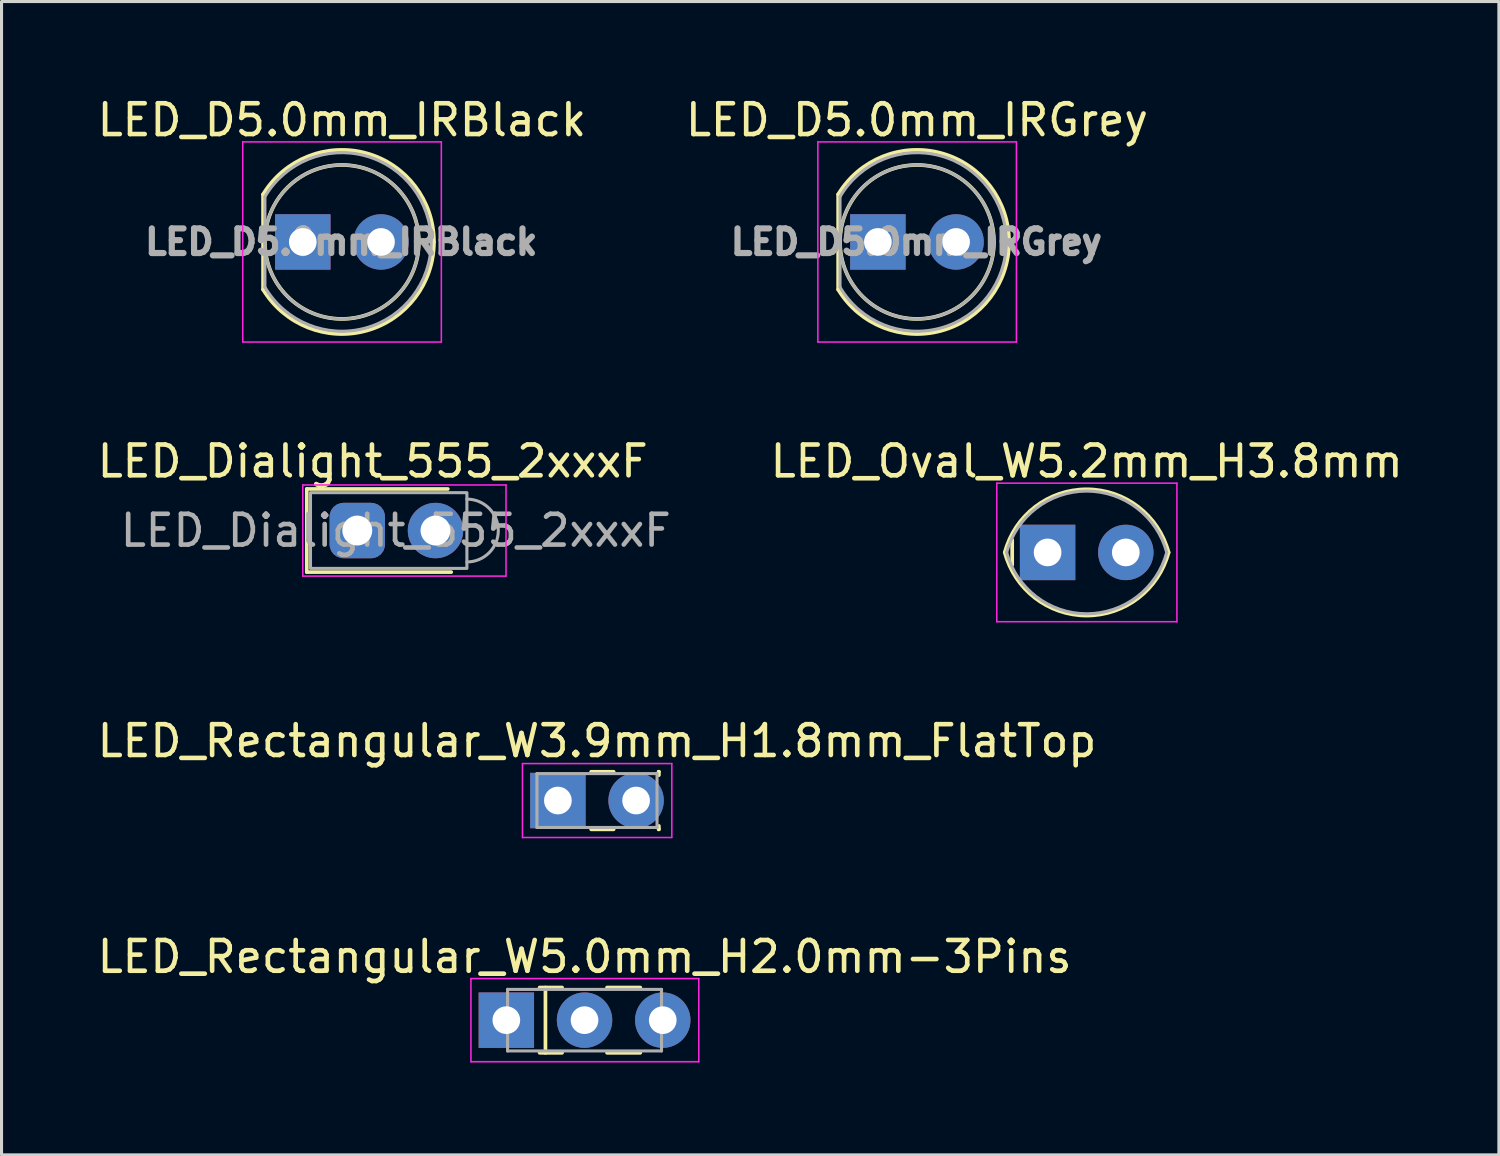
<source format=kicad_pcb>
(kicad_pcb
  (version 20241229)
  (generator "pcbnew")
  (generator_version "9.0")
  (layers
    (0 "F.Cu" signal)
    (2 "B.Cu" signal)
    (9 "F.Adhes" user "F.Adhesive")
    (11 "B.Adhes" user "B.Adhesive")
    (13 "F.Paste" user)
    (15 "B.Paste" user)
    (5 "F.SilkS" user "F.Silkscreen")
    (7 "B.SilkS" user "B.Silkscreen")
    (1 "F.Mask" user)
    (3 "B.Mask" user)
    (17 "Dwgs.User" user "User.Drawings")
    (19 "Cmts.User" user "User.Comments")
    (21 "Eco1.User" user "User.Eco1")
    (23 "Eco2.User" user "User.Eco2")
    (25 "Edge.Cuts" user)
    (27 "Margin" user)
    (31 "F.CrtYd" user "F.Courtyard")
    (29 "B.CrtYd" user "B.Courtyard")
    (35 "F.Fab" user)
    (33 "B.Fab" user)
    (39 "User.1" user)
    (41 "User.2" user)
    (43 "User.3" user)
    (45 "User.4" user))
  (footprint "LED_Oval_W5.2mm_H3.8mm"
    (layer "F.Cu")
    (at 30.974 14.892)
    (property "Reference" "LED_Oval_W5.2mm_H3.8mm" (at 1.27 -2.96 0) (layer "F.SilkS") (effects (font (size 1 1) (thickness 0.15))))
    (attr through_hole)
    (fp_line (start -1.15 -0.405) (end -1.15 0.405) (stroke (width 0.12) (type solid)) (layer "F.SilkS"))
    (fp_arc (start -1.39 0) (mid 1.269691 -2.050564) (end 3.929843 -0.000598) (stroke (width 0.12) (type solid)) (layer "F.SilkS"))
    (fp_arc (start 3.929843 0.000598) (mid 1.269691 2.050564) (end -1.39 0) (stroke (width 0.12) (type solid)) (layer "F.SilkS"))
    (fp_line (start -1.65 -2.25) (end -1.65 2.25) (stroke (width 0.05) (type solid)) (layer "F.CrtYd"))
    (fp_line (start -1.65 2.25) (end 4.2 2.25) (stroke (width 0.05) (type solid)) (layer "F.CrtYd"))
    (fp_line (start 4.2 -2.25) (end -1.65 -2.25) (stroke (width 0.05) (type solid)) (layer "F.CrtYd"))
    (fp_line (start 4.2 2.25) (end 4.2 -2.25) (stroke (width 0.05) (type solid)) (layer "F.CrtYd"))
    (fp_arc (start -1.33 0) (mid 1.270869 -1.992582) (end 3.870451 0.001678) (stroke (width 0.1) (type solid)) (layer "F.Fab"))
    (fp_arc (start 3.870451 -0.001678) (mid 1.270869 1.992582) (end -1.33 0) (stroke (width 0.1) (type solid)) (layer "F.Fab"))
    (pad "1" thru_hole rect (at 0 0) (size 1.8 1.8) (drill 0.9) (layers "*.Cu" "*.Mask"))
    (pad "2" thru_hole circle (at 2.54 0) (size 1.8 1.8) (drill 0.9) (layers "*.Cu" "*.Mask")))
  (footprint "LED_Rectangular_W5.0mm_H2.0mm-3Pins"
    (layer "F.Cu")
    (at 13.395 30.083)
    (property "Reference" "LED_Rectangular_W5.0mm_H2.0mm-3Pins" (at 2.54 -2.06 0) (layer "F.SilkS") (effects (font (size 1 1) (thickness 0.15))))
    (attr through_hole)
    (fp_line (start 1.08 -1.06) (end 1.81 -1.06) (stroke (width 0.12) (type solid)) (layer "F.SilkS"))
    (fp_line (start 1.08 1.06) (end 1.81 1.06) (stroke (width 0.12) (type solid)) (layer "F.SilkS"))
    (fp_line (start 1.27 -1.06) (end 1.27 1.06) (stroke (width 0.12) (type solid)) (layer "F.SilkS"))
    (fp_line (start 3.27 -1.06) (end 4.351 -1.06) (stroke (width 0.12) (type solid)) (layer "F.SilkS"))
    (fp_line (start 3.27 1.06) (end 4.351 1.06) (stroke (width 0.12) (type solid)) (layer "F.SilkS"))
    (fp_line (start -1.15 -1.35) (end -1.15 1.35) (stroke (width 0.05) (type solid)) (layer "F.CrtYd"))
    (fp_line (start -1.15 1.35) (end 6.25 1.35) (stroke (width 0.05) (type solid)) (layer "F.CrtYd"))
    (fp_line (start 6.25 -1.35) (end -1.15 -1.35) (stroke (width 0.05) (type solid)) (layer "F.CrtYd"))
    (fp_line (start 6.25 1.35) (end 6.25 -1.35) (stroke (width 0.05) (type solid)) (layer "F.CrtYd"))
    (fp_line (start 0.04 -1) (end 0.04 1) (stroke (width 0.1) (type solid)) (layer "F.Fab"))
    (fp_line (start 0.04 1) (end 5.04 1) (stroke (width 0.1) (type solid)) (layer "F.Fab"))
    (fp_line (start 5.04 -1) (end 0.04 -1) (stroke (width 0.1) (type solid)) (layer "F.Fab"))
    (fp_line (start 5.04 1) (end 5.04 -1) (stroke (width 0.1) (type solid)) (layer "F.Fab"))
    (pad "1" thru_hole rect (at 0 0) (size 1.8 1.8) (drill 0.9) (layers "*.Cu" "*.Mask"))
    (pad "2" thru_hole circle (at 2.54 0) (size 1.8 1.8) (drill 0.9) (layers "*.Cu" "*.Mask"))
    (pad "3" thru_hole circle (at 5.08 0) (size 1.8 1.8) (drill 0.9) (layers "*.Cu" "*.Mask")))
  (footprint "LED_D5.0mm_IRGrey"
    (layer "F.Cu")
    (at 25.462 4.808)
    (property "Reference" "LED_D5.0mm_IRGrey" (at 1.27 -3.96 0) (layer "F.SilkS") (effects (font (size 1 1) (thickness 0.15))))
    (attr through_hole)
    (fp_line (start -1.29 -1.545) (end -1.29 1.545) (stroke (width 0.12) (type solid)) (layer "F.SilkS"))
    (fp_arc (start -1.29 -1.54483) (mid 2.072002 -2.880433) (end 4.26 0.000462) (stroke (width 0.12) (type solid)) (layer "F.SilkS"))
    (fp_arc (start 4.26 -0.000462) (mid 2.072002 2.880433) (end -1.29 1.54483) (stroke (width 0.12) (type solid)) (layer "F.SilkS"))
    (fp_circle (center 1.27 0) (end 3.77 0) (stroke (width 0.12) (type solid)) (fill no) (layer "F.SilkS"))
    (fp_line (start -1.95 -3.25) (end -1.95 3.25) (stroke (width 0.05) (type solid)) (layer "F.CrtYd"))
    (fp_line (start -1.95 3.25) (end 4.5 3.25) (stroke (width 0.05) (type solid)) (layer "F.CrtYd"))
    (fp_line (start 4.5 -3.25) (end -1.95 -3.25) (stroke (width 0.05) (type solid)) (layer "F.CrtYd"))
    (fp_line (start 4.5 3.25) (end 4.5 -3.25) (stroke (width 0.05) (type solid)) (layer "F.CrtYd"))
    (fp_line (start -1.23 -1.47) (end -1.23 1.47) (stroke (width 0.1) (type solid)) (layer "F.Fab"))
    (fp_arc (start -1.23 -1.469694) (mid 4.17 0.000016) (end -1.230016 1.469666) (stroke (width 0.1) (type solid)) (layer "F.Fab"))
    (fp_circle (center 1.27 0) (end 3.77 0) (stroke (width 0.1) (type solid)) (fill no) (layer "F.Fab"))
    (fp_text user "${REFERENCE}" (at 1.25 0 0) (layer "F.Fab") (effects (font (size 0.8 0.8) (thickness 0.2))))
    (pad "1" thru_hole rect (at 0 0) (size 1.8 1.8) (drill 0.9) (layers "*.Cu" "*.Mask"))
    (pad "2" thru_hole circle (at 2.54 0) (size 1.8 1.8) (drill 0.9) (layers "*.Cu" "*.Mask")))
  (footprint "LED_Dialight_555_2xxxF"
    (layer "F.Cu")
    (at 8.554 14.181)
    (property "Reference" "LED_Dialight_555_2xxxF" (at 0.5 -2.25 0) (layer "F.SilkS") (effects (font (size 1 1) (thickness 0.15))))
    (attr through_hole)
    (fp_line (start -1.64 -1.35) (end -1.64 1.35) (stroke (width 0.12) (type solid)) (layer "F.SilkS"))
    (fp_line (start -1.64 -1.35) (end 2.94 -1.35) (stroke (width 0.12) (type solid)) (layer "F.SilkS"))
    (fp_line (start -1.64 1.35) (end 3.05 1.35) (stroke (width 0.12) (type solid)) (layer "F.SilkS"))
    (fp_line (start -1.77 -1.48) (end 4.83 -1.48) (stroke (width 0.05) (type solid)) (layer "F.CrtYd"))
    (fp_line (start -1.77 1.48) (end -1.77 -1.48) (stroke (width 0.05) (type solid)) (layer "F.CrtYd"))
    (fp_line (start -1.77 1.48) (end 4.83 1.48) (stroke (width 0.05) (type solid)) (layer "F.CrtYd"))
    (fp_line (start 4.83 -1.48) (end 4.83 1.48) (stroke (width 0.05) (type solid)) (layer "F.CrtYd"))
    (fp_rect (start -1.52 1.23) (end 3.56 -1.23) (stroke (width 0.1) (type default)) (fill no) (layer "F.Fab"))
    (fp_arc (start 3.56 -1.02) (mid 4.58 0) (end 3.56 1.02) (stroke (width 0.1) (type default)) (layer "F.Fab"))
    (fp_text user "${REFERENCE}" (at 1.25 0 0) (layer "F.Fab") (effects (font (size 1 1) (thickness 0.15))))
    (pad "1" thru_hole roundrect (at 0 0 90) (size 1.8 1.8) (drill 0.97) (layers "*.Cu" "*.Mask") (roundrect_rratio 0.25))
    (pad "2" thru_hole circle (at 2.54 0 90) (size 1.8 1.8) (drill 0.97) (layers "*.Cu" "*.Mask")))
  (footprint "LED_D5.0mm_IRBlack"
    (layer "F.Cu")
    (at 6.784 4.808)
    (property "Reference" "LED_D5.0mm_IRBlack" (at 1.27 -3.96 0) (layer "F.SilkS") (effects (font (size 1 1) (thickness 0.15))))
    (attr through_hole)
    (fp_line (start -1.29 -1.545) (end -1.29 1.545) (stroke (width 0.12) (type solid)) (layer "F.SilkS"))
    (fp_arc (start -1.29 -1.54483) (mid 2.072002 -2.880433) (end 4.26 0.000462) (stroke (width 0.12) (type solid)) (layer "F.SilkS"))
    (fp_arc (start 4.26 -0.000462) (mid 2.072002 2.880433) (end -1.29 1.54483) (stroke (width 0.12) (type solid)) (layer "F.SilkS"))
    (fp_circle (center 1.27 0) (end 3.77 0) (stroke (width 0.12) (type solid)) (fill no) (layer "F.SilkS"))
    (fp_line (start -1.95 -3.25) (end -1.95 3.25) (stroke (width 0.05) (type solid)) (layer "F.CrtYd"))
    (fp_line (start -1.95 3.25) (end 4.5 3.25) (stroke (width 0.05) (type solid)) (layer "F.CrtYd"))
    (fp_line (start 4.5 -3.25) (end -1.95 -3.25) (stroke (width 0.05) (type solid)) (layer "F.CrtYd"))
    (fp_line (start 4.5 3.25) (end 4.5 -3.25) (stroke (width 0.05) (type solid)) (layer "F.CrtYd"))
    (fp_line (start -1.23 -1.47) (end -1.23 1.47) (stroke (width 0.1) (type solid)) (layer "F.Fab"))
    (fp_arc (start -1.23 -1.469694) (mid 4.17 0.000016) (end -1.230016 1.469666) (stroke (width 0.1) (type solid)) (layer "F.Fab"))
    (fp_circle (center 1.27 0) (end 3.77 0) (stroke (width 0.1) (type solid)) (fill no) (layer "F.Fab"))
    (fp_text user "${REFERENCE}" (at 1.25 0 0) (layer "F.Fab") (effects (font (size 0.8 0.8) (thickness 0.2))))
    (pad "1" thru_hole rect (at 0 0) (size 1.8 1.8) (drill 0.9) (layers "*.Cu" "*.Mask"))
    (pad "2" thru_hole circle (at 2.54 0) (size 1.8 1.8) (drill 0.9) (layers "*.Cu" "*.Mask")))
  (footprint "LED_Rectangular_W3.9mm_H1.8mm_FlatTop"
    (layer "F.Cu")
    (at 15.069 22.95)
    (property "Reference" "LED_Rectangular_W3.9mm_H1.8mm_FlatTop" (at 1.27 -1.935 0) (layer "F.SilkS") (effects (font (size 1 1) (thickness 0.15))))
    (attr through_hole)
    (fp_line (start 1.08 -0.935) (end 1.811 -0.935) (stroke (width 0.12) (type solid)) (layer "F.SilkS"))
    (fp_line (start 1.08 0.935) (end 1.811 0.935) (stroke (width 0.12) (type solid)) (layer "F.SilkS"))
    (fp_line (start 3.27 -0.935) (end 3.28 -0.935) (stroke (width 0.12) (type solid)) (layer "F.SilkS"))
    (fp_line (start 3.27 0.935) (end 3.28 0.935) (stroke (width 0.12) (type solid)) (layer "F.SilkS"))
    (fp_line (start 3.28 -0.935) (end 3.28 -0.825) (stroke (width 0.12) (type solid)) (layer "F.SilkS"))
    (fp_line (start 3.28 0.825) (end 3.28 0.935) (stroke (width 0.12) (type solid)) (layer "F.SilkS"))
    (fp_line (start -1.15 -1.2) (end -1.15 1.2) (stroke (width 0.05) (type solid)) (layer "F.CrtYd"))
    (fp_line (start -1.15 1.2) (end 3.7 1.2) (stroke (width 0.05) (type solid)) (layer "F.CrtYd"))
    (fp_line (start 3.7 -1.2) (end -1.15 -1.2) (stroke (width 0.05) (type solid)) (layer "F.CrtYd"))
    (fp_line (start 3.7 1.2) (end 3.7 -1.2) (stroke (width 0.05) (type solid)) (layer "F.CrtYd"))
    (fp_line (start -0.68 -0.875) (end -0.68 0.875) (stroke (width 0.1) (type solid)) (layer "F.Fab"))
    (fp_line (start -0.68 0.875) (end 3.22 0.875) (stroke (width 0.1) (type solid)) (layer "F.Fab"))
    (fp_line (start 3.22 -0.875) (end -0.68 -0.875) (stroke (width 0.1) (type solid)) (layer "F.Fab"))
    (fp_line (start 3.22 0.875) (end 3.22 -0.875) (stroke (width 0.1) (type solid)) (layer "F.Fab"))
    (pad "1" thru_hole rect (at 0 0) (size 1.8 1.8) (drill 0.9) (layers "*.Cu" "*.Mask"))
    (pad "2" thru_hole circle (at 2.54 0) (size 1.8 1.8) (drill 0.9) (layers "*.Cu" "*.Mask")))
  (gr_rect
    (start -3 -3)
    (end 45.631 34.458)
    (stroke (width 0.1) (type default))
    (fill no)
    (layer "Edge.Cuts")))
</source>
